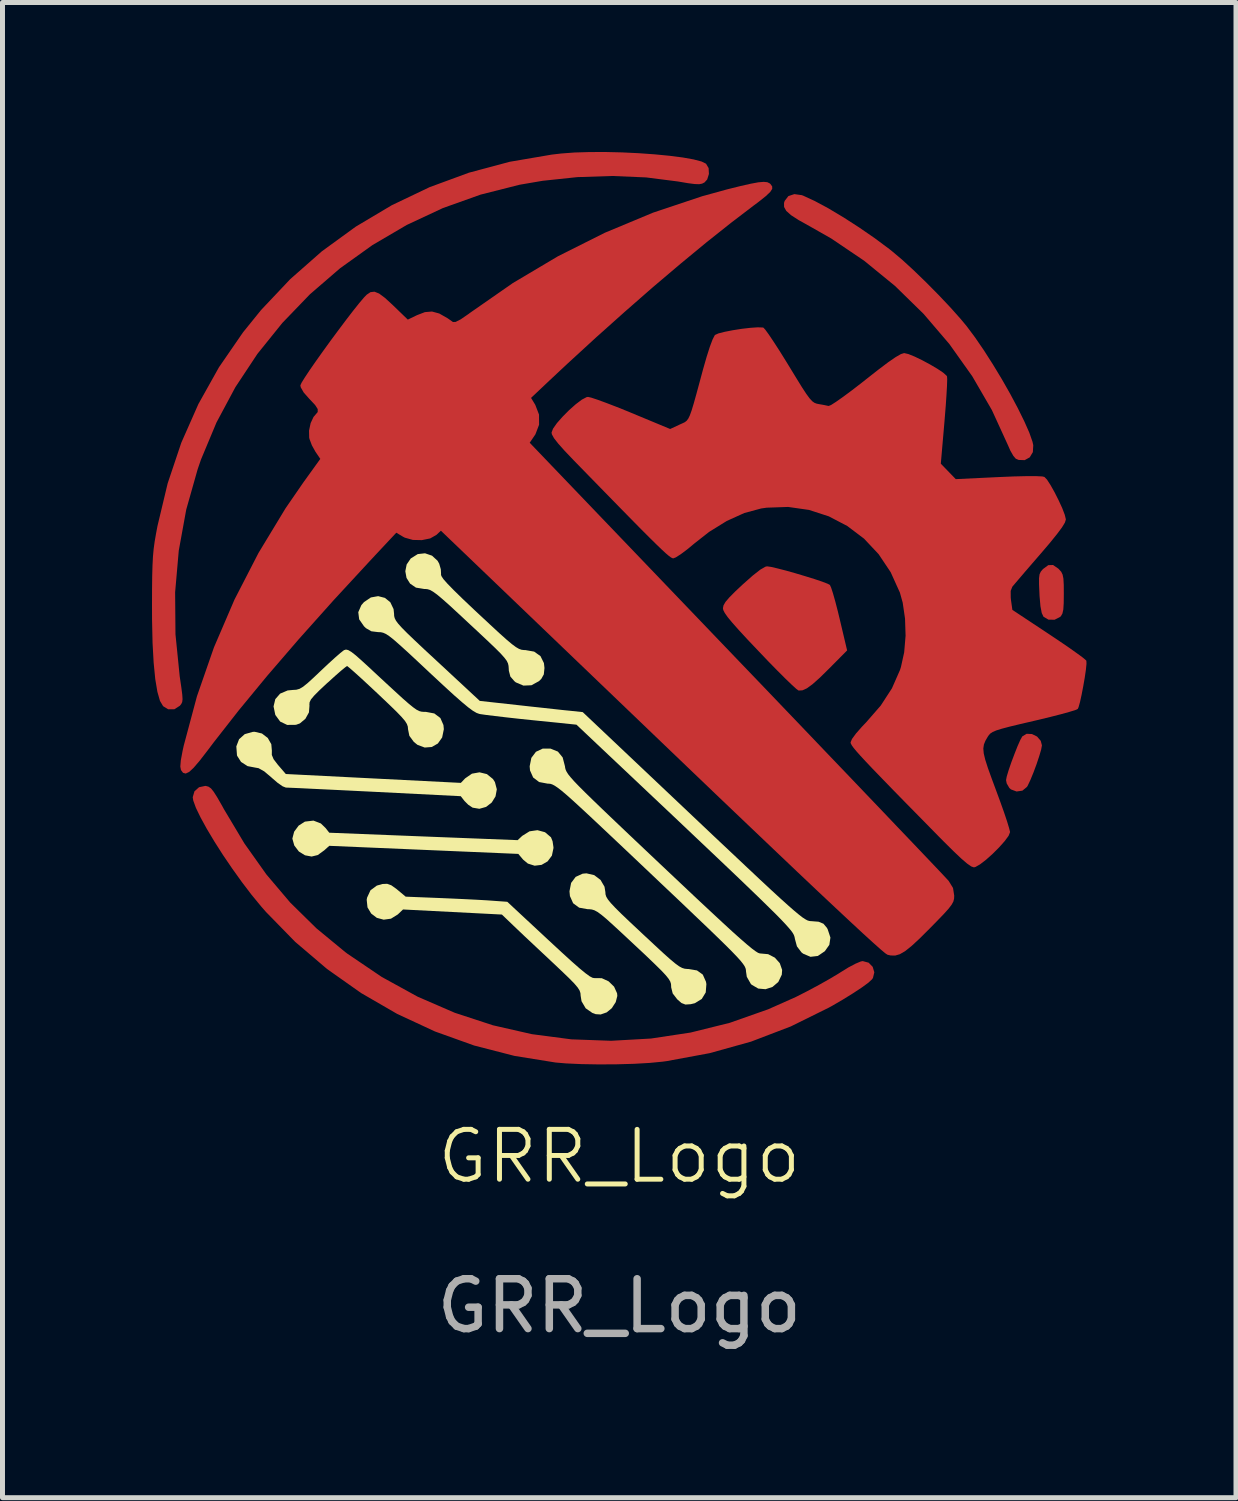
<source format=kicad_pcb>
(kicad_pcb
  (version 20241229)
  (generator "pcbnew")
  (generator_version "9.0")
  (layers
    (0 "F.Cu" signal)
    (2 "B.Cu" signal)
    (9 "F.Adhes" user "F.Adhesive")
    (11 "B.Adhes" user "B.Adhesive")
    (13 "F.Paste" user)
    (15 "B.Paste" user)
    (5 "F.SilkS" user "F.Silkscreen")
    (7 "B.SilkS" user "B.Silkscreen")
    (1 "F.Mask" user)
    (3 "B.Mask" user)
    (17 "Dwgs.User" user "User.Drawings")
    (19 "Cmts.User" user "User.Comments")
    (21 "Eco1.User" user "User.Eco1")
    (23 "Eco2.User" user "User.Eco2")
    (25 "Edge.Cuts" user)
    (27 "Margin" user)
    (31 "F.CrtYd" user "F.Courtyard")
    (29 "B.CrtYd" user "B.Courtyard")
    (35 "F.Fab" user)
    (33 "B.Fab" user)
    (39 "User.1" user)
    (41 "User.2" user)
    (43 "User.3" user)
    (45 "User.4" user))
  (footprint "GRR_Logo"
    (layer "F.Cu")
    (at 9.377 20.654)
    (property "Reference" "GRR_Logo" (at 0 -0.5 0) (unlocked yes) (layer "F.SilkS") (effects (font (size 1 1) (thickness 0.1))))
    (attr smd)
    (fp_poly (pts (xy -5.989 -7.181) (xy -5.895 -7.09) (xy -5.82 -6.995) (xy -3.93 -6.92) (xy -2.04 -6.846) (xy -1.948 -6.932) (xy -1.802 -7.023) (xy -1.643 -7.046) (xy -1.491 -7.005) (xy -1.371 -6.903) (xy -1.339 -6.823) (xy -1.322 -6.707) (xy -1.321 -6.688) (xy -1.353 -6.535) (xy -1.439 -6.42) (xy -1.56 -6.35) (xy -1.699 -6.333) (xy -1.835 -6.376) (xy -1.93 -6.455) (xy -2.027 -6.57) (xy -3.923 -6.651) (xy -5.82 -6.732) (xy -5.92 -6.642) (xy -6.051 -6.547) (xy -6.174 -6.517) (xy -6.307 -6.542) (xy -6.43 -6.618) (xy -6.522 -6.739) (xy -6.56 -6.874) (xy -6.56 -6.88) (xy -6.525 -7.015) (xy -6.435 -7.137) (xy -6.312 -7.216) (xy -6.306 -7.218) (xy -6.137 -7.238)) (stroke (width 0) (type solid)) (fill yes) (layer "F.SilkS"))
    (fp_poly (pts (xy -7.171 -8.986) (xy -7.054 -8.896) (xy -6.983 -8.771) (xy -6.972 -8.642) (xy -6.973 -8.556) (xy -6.937 -8.47) (xy -6.853 -8.36) (xy -6.841 -8.346) (xy -6.692 -8.173) (xy -4.936 -8.084) (xy -3.18 -7.995) (xy -3.093 -8.086) (xy -2.957 -8.18) (xy -2.805 -8.207) (xy -2.657 -8.171) (xy -2.536 -8.073) (xy -2.496 -8.011) (xy -2.458 -7.866) (xy -2.484 -7.724) (xy -2.56 -7.601) (xy -2.673 -7.513) (xy -2.808 -7.475) (xy -2.944 -7.498) (xy -3.031 -7.556) (xy -3.106 -7.631) (xy -3.182 -7.728) (xy -4.901 -7.815) (xy -5.266 -7.833) (xy -5.608 -7.85) (xy -5.919 -7.865) (xy -6.189 -7.878) (xy -6.409 -7.889) (xy -6.573 -7.896) (xy -6.67 -7.9) (xy -6.692 -7.901) (xy -6.756 -7.926) (xy -6.855 -7.995) (xy -6.968 -8.092) (xy -6.976 -8.1) (xy -7.125 -8.226) (xy -7.239 -8.29) (xy -7.296 -8.3) (xy -7.459 -8.331) (xy -7.59 -8.415) (xy -7.668 -8.537) (xy -7.672 -8.551) (xy -7.685 -8.727) (xy -7.63 -8.871) (xy -7.516 -8.973) (xy -7.353 -9.019) (xy -7.315 -9.02)) (stroke (width 0) (type solid)) (fill yes) (layer "F.SilkS"))
    (fp_poly (pts (xy -4.575 -5.94) (xy -4.47 -5.865) (xy -4.452 -5.85) (xy -4.287 -5.712) (xy -3.614 -5.685) (xy -3.357 -5.674) (xy -3.097 -5.662) (xy -2.859 -5.65) (xy -2.665 -5.639) (xy -2.594 -5.634) (xy -2.248 -5.609) (xy -1.414 -4.833) (xy -1.16 -4.598) (xy -0.958 -4.414) (xy -0.801 -4.276) (xy -0.682 -4.178) (xy -0.596 -4.115) (xy -0.537 -4.084) (xy -0.498 -4.077) (xy -0.495 -4.078) (xy -0.352 -4.076) (xy -0.215 -4.013) (xy -0.105 -3.906) (xy -0.045 -3.773) (xy -0.04 -3.72) (xy -0.072 -3.596) (xy -0.151 -3.474) (xy -0.253 -3.39) (xy -0.259 -3.388) (xy -0.374 -3.348) (xy -0.473 -3.354) (xy -0.54 -3.378) (xy -0.675 -3.472) (xy -0.758 -3.613) (xy -0.776 -3.724) (xy -0.78 -3.777) (xy -0.798 -3.83) (xy -0.837 -3.891) (xy -0.905 -3.971) (xy -1.01 -4.078) (xy -1.159 -4.221) (xy -1.338 -4.39) (xy -1.532 -4.572) (xy -1.724 -4.752) (xy -1.899 -4.916) (xy -2.042 -5.052) (xy -2.128 -5.134) (xy -2.356 -5.353) (xy -3.348 -5.404) (xy -4.34 -5.455) (xy -4.445 -5.355) (xy -4.582 -5.27) (xy -4.728 -5.25) (xy -4.866 -5.287) (xy -4.979 -5.373) (xy -5.053 -5.497) (xy -5.069 -5.65) (xy -5.061 -5.693) (xy -4.993 -5.84) (xy -4.866 -5.934) (xy -4.753 -5.966) (xy -4.659 -5.97)) (stroke (width 0) (type solid)) (fill yes) (layer "F.SilkS"))
    (fp_poly (pts (xy -0.504 -6.144) (xy -0.377 -6.048) (xy -0.297 -5.911) (xy -0.28 -5.805) (xy -0.277 -5.758) (xy -0.262 -5.711) (xy -0.229 -5.656) (xy -0.172 -5.585) (xy -0.084 -5.491) (xy 0.042 -5.366) (xy 0.213 -5.203) (xy 0.435 -4.995) (xy 0.47 -4.962) (xy 0.7 -4.748) (xy 0.879 -4.582) (xy 1.017 -4.459) (xy 1.121 -4.372) (xy 1.199 -4.315) (xy 1.26 -4.282) (xy 1.312 -4.266) (xy 1.363 -4.261) (xy 1.386 -4.26) (xy 1.558 -4.232) (xy 1.675 -4.148) (xy 1.739 -4.004) (xy 1.747 -3.957) (xy 1.734 -3.79) (xy 1.654 -3.659) (xy 1.515 -3.574) (xy 1.432 -3.554) (xy 1.326 -3.547) (xy 1.247 -3.578) (xy 1.162 -3.652) (xy 1.071 -3.77) (xy 1.04 -3.895) (xy 1.04 -3.915) (xy 1.037 -3.961) (xy 1.022 -4.009) (xy 0.989 -4.064) (xy 0.932 -4.135) (xy 0.843 -4.23) (xy 0.716 -4.355) (xy 0.545 -4.519) (xy 0.322 -4.728) (xy 0.29 -4.758) (xy 0.061 -4.972) (xy -0.118 -5.137) (xy -0.255 -5.261) (xy -0.359 -5.348) (xy -0.437 -5.405) (xy -0.498 -5.438) (xy -0.55 -5.454) (xy -0.601 -5.46) (xy -0.632 -5.46) (xy -0.806 -5.491) (xy -0.927 -5.58) (xy -0.991 -5.724) (xy -1 -5.82) (xy -0.967 -5.988) (xy -0.876 -6.109) (xy -0.736 -6.173) (xy -0.659 -6.18)) (stroke (width 0) (type solid)) (fill yes) (layer "F.SilkS"))
    (fp_poly (pts (xy -3.758 -12.554) (xy -3.647 -12.452) (xy -3.614 -12.393) (xy -3.582 -12.282) (xy -3.577 -12.192) (xy -3.579 -12.183) (xy -3.571 -12.146) (xy -3.529 -12.083) (xy -3.447 -11.99) (xy -3.32 -11.86) (xy -3.145 -11.689) (xy -2.916 -11.472) (xy -2.824 -11.386) (xy -2.59 -11.168) (xy -2.406 -10.998) (xy -2.264 -10.871) (xy -2.156 -10.78) (xy -2.075 -10.72) (xy -2.013 -10.684) (xy -1.961 -10.666) (xy -1.911 -10.66) (xy -1.886 -10.66) (xy -1.709 -10.629) (xy -1.582 -10.539) (xy -1.513 -10.399) (xy -1.502 -10.3) (xy -1.515 -10.172) (xy -1.566 -10.081) (xy -1.613 -10.036) (xy -1.763 -9.954) (xy -1.924 -9.947) (xy -2.077 -10.012) (xy -2.105 -10.035) (xy -2.186 -10.128) (xy -2.217 -10.247) (xy -2.219 -10.293) (xy -2.223 -10.344) (xy -2.234 -10.392) (xy -2.259 -10.444) (xy -2.306 -10.507) (xy -2.38 -10.59) (xy -2.489 -10.699) (xy -2.639 -10.842) (xy -2.837 -11.028) (xy -2.993 -11.173) (xy -3.226 -11.39) (xy -3.408 -11.558) (xy -3.549 -11.683) (xy -3.655 -11.772) (xy -3.735 -11.83) (xy -3.796 -11.865) (xy -3.847 -11.881) (xy -3.895 -11.886) (xy -3.921 -11.886) (xy -4.081 -11.913) (xy -4.198 -11.993) (xy -4.27 -12.108) (xy -4.294 -12.242) (xy -4.267 -12.378) (xy -4.185 -12.498) (xy -4.046 -12.585) (xy -4.044 -12.586) (xy -3.899 -12.602)) (stroke (width 0) (type solid)) (fill yes) (layer "F.SilkS"))
    (fp_poly (pts (xy -1.381 -8.683) (xy -1.233 -8.623) (xy -1.137 -8.506) (xy -1.091 -8.329) (xy -1.086 -8.293) (xy -1.076 -8.257) (xy -1.057 -8.217) (xy -1.026 -8.168) (xy -0.977 -8.107) (xy -0.907 -8.028) (xy -0.811 -7.928) (xy -0.685 -7.802) (xy -0.525 -7.646) (xy -0.327 -7.455) (xy -0.087 -7.226) (xy 0.2 -6.953) (xy 0.537 -6.634) (xy 0.83 -6.357) (xy 1.218 -5.991) (xy 1.552 -5.676) (xy 1.837 -5.41) (xy 2.076 -5.188) (xy 2.274 -5.006) (xy 2.435 -4.862) (xy 2.562 -4.752) (xy 2.66 -4.671) (xy 2.733 -4.617) (xy 2.784 -4.585) (xy 2.819 -4.573) (xy 2.831 -4.572) (xy 2.986 -4.558) (xy 3.121 -4.488) (xy 3.22 -4.377) (xy 3.267 -4.242) (xy 3.26 -4.146) (xy 3.19 -4) (xy 3.074 -3.901) (xy 2.934 -3.855) (xy 2.787 -3.868) (xy 2.655 -3.945) (xy 2.639 -3.961) (xy 2.558 -4.103) (xy 2.542 -4.213) (xy 2.54 -4.244) (xy 2.532 -4.277) (xy 2.514 -4.316) (xy 2.482 -4.364) (xy 2.432 -4.427) (xy 2.359 -4.508) (xy 2.259 -4.612) (xy 2.129 -4.742) (xy 1.963 -4.904) (xy 1.759 -5.101) (xy 1.511 -5.337) (xy 1.217 -5.618) (xy 0.87 -5.946) (xy 0.632 -6.172) (xy 0.252 -6.532) (xy -0.074 -6.84) (xy -0.351 -7.101) (xy -0.583 -7.319) (xy -0.776 -7.498) (xy -0.932 -7.641) (xy -1.058 -7.753) (xy -1.157 -7.837) (xy -1.235 -7.897) (xy -1.294 -7.937) (xy -1.341 -7.962) (xy -1.379 -7.975) (xy -1.412 -7.979) (xy -1.44 -7.98) (xy -1.609 -8.012) (xy -1.729 -8.103) (xy -1.792 -8.245) (xy -1.799 -8.328) (xy -1.765 -8.497) (xy -1.673 -8.619) (xy -1.537 -8.683)) (stroke (width 0) (type solid)) (fill yes) (layer "F.SilkS"))
    (fp_poly (pts (xy -5.44 -10.66) (xy -5.377 -10.623) (xy -5.286 -10.552) (xy -5.159 -10.439) (xy -4.984 -10.279) (xy -4.955 -10.251) (xy -4.703 -10.017) (xy -4.502 -9.832) (xy -4.346 -9.689) (xy -4.226 -9.584) (xy -4.136 -9.511) (xy -4.068 -9.463) (xy -4.015 -9.436) (xy -3.97 -9.424) (xy -3.925 -9.42) (xy -3.882 -9.42) (xy -3.712 -9.388) (xy -3.591 -9.297) (xy -3.529 -9.156) (xy -3.521 -9.072) (xy -3.555 -8.906) (xy -3.641 -8.785) (xy -3.764 -8.715) (xy -3.905 -8.704) (xy -4.05 -8.758) (xy -4.123 -8.817) (xy -4.213 -8.939) (xy -4.24 -9.073) (xy -4.24 -9.073) (xy -4.244 -9.124) (xy -4.262 -9.176) (xy -4.3 -9.237) (xy -4.367 -9.316) (xy -4.469 -9.422) (xy -4.615 -9.564) (xy -4.811 -9.75) (xy -4.838 -9.776) (xy -5.02 -9.946) (xy -5.181 -10.095) (xy -5.314 -10.215) (xy -5.41 -10.299) (xy -5.459 -10.338) (xy -5.463 -10.34) (xy -5.5 -10.314) (xy -5.584 -10.245) (xy -5.703 -10.141) (xy -5.844 -10.013) (xy -5.863 -9.997) (xy -6.019 -9.851) (xy -6.124 -9.745) (xy -6.187 -9.67) (xy -6.215 -9.612) (xy -6.219 -9.562) (xy -6.217 -9.547) (xy -6.228 -9.409) (xy -6.299 -9.281) (xy -6.41 -9.188) (xy -6.489 -9.16) (xy -6.665 -9.158) (xy -6.805 -9.225) (xy -6.9 -9.355) (xy -6.903 -9.36) (xy -6.938 -9.529) (xy -6.903 -9.675) (xy -6.806 -9.786) (xy -6.655 -9.85) (xy -6.549 -9.86) (xy -6.481 -9.864) (xy -6.417 -9.882) (xy -6.347 -9.923) (xy -6.256 -9.996) (xy -6.132 -10.109) (xy -5.996 -10.238) (xy -5.844 -10.381) (xy -5.707 -10.506) (xy -5.598 -10.601) (xy -5.529 -10.655) (xy -5.521 -10.659) (xy -5.485 -10.67)) (stroke (width 0) (type solid)) (fill yes) (layer "F.SilkS"))
    (fp_poly (pts (xy -4.703 -11.707) (xy -4.595 -11.619) (xy -4.53 -11.483) (xy -4.52 -11.39) (xy -4.518 -11.344) (xy -4.507 -11.3) (xy -4.482 -11.25) (xy -4.436 -11.188) (xy -4.363 -11.107) (xy -4.257 -11) (xy -4.11 -10.859) (xy -3.918 -10.678) (xy -3.673 -10.451) (xy -3.66 -10.439) (xy -2.8 -9.64) (xy -2.03 -9.555) (xy -1.77 -9.526) (xy -1.517 -9.499) (xy -1.291 -9.474) (xy -1.109 -9.454) (xy -0.997 -9.443) (xy -0.734 -9.415) (xy 1.483 -7.318) (xy 1.895 -6.928) (xy 2.254 -6.59) (xy 2.563 -6.299) (xy 2.826 -6.052) (xy 3.047 -5.846) (xy 3.231 -5.677) (xy 3.381 -5.542) (xy 3.502 -5.436) (xy 3.598 -5.356) (xy 3.672 -5.298) (xy 3.73 -5.26) (xy 3.774 -5.236) (xy 3.809 -5.225) (xy 3.839 -5.221) (xy 3.847 -5.221) (xy 3.998 -5.209) (xy 4.096 -5.169) (xy 4.165 -5.087) (xy 4.181 -5.057) (xy 4.236 -4.891) (xy 4.214 -4.745) (xy 4.123 -4.617) (xy 3.983 -4.522) (xy 3.836 -4.505) (xy 3.69 -4.567) (xy 3.656 -4.593) (xy 3.564 -4.714) (xy 3.524 -4.862) (xy 3.519 -4.89) (xy 3.512 -4.917) (xy 3.5 -4.948) (xy 3.479 -4.985) (xy 3.446 -5.031) (xy 3.398 -5.088) (xy 3.333 -5.161) (xy 3.248 -5.251) (xy 3.139 -5.362) (xy 3.003 -5.496) (xy 2.839 -5.657) (xy 2.641 -5.848) (xy 2.409 -6.071) (xy 2.138 -6.329) (xy 1.826 -6.625) (xy 1.469 -6.963) (xy 1.066 -7.345) (xy 0.612 -7.773) (xy 0.105 -8.252) (xy -0.28 -8.615) (xy -0.86 -9.163) (xy -1.76 -9.255) (xy -2.029 -9.283) (xy -2.28 -9.311) (xy -2.498 -9.337) (xy -2.671 -9.358) (xy -2.783 -9.374) (xy -2.809 -9.379) (xy -2.865 -9.399) (xy -2.937 -9.441) (xy -3.031 -9.51) (xy -3.155 -9.613) (xy -3.316 -9.754) (xy -3.518 -9.939) (xy -3.771 -10.174) (xy -3.815 -10.215) (xy -4.062 -10.447) (xy -4.258 -10.629) (xy -4.411 -10.767) (xy -4.527 -10.869) (xy -4.616 -10.939) (xy -4.683 -10.983) (xy -4.737 -11.007) (xy -4.785 -11.018) (xy -4.835 -11.02) (xy -4.839 -11.02) (xy -4.976 -11.037) (xy -5.083 -11.099) (xy -5.123 -11.137) (xy -5.22 -11.277) (xy -5.238 -11.42) (xy -5.176 -11.562) (xy -5.123 -11.623) (xy -4.985 -11.716) (xy -4.839 -11.742)) (stroke (width 0) (type solid)) (fill yes) (layer "F.SilkS"))
    (fp_text user "${REFERENCE}" (at 0 2.5 0) (unlocked yes) (layer "F.Fab") (effects (font (size 1 1) (thickness 0.15))))
    (pad "2" smd custom (at 4.935 -4.2) (size 0.2 0.2) (layers "F.Cu" "F.Mask" "F.Paste") (options (anchor circle)) (primitives (gr_poly (pts (xy -0.135 -0.05) (xy -0.131 -0.069) (xy -0.12 -0.085) (xy -0.104 -0.096) (xy -0.085 -0.1) (xy 0.085 -0.1) (xy 0.104 -0.096) (xy 0.12 -0.085) (xy 0.131 -0.069) (xy 0.135 -0.05) (xy 0.135 0.05) (xy 0.131 0.069) (xy 0.12 0.085) (xy 0.104 0.096) (xy 0.085 0.1) (xy -0.085 0.1) (xy -0.104 0.096) (xy -0.12 0.085) (xy -0.131 0.069) (xy -0.135 0.05)) (width 0) (fill yes)) (gr_poly (pts (xy -13.23 -3.733) (xy -13.178 -3.719) (xy -13.128 -3.684) (xy -13.072 -3.614) (xy -13 -3.5) (xy -12.902 -3.329) (xy -12.87 -3.27) (xy -12.458 -2.58) (xy -12.016 -1.957) (xy -11.537 -1.392) (xy -11.013 -0.877) (xy -10.436 -0.401) (xy -10.392 -0.368) (xy -9.702 0.099) (xy -8.982 0.495) (xy -8.237 0.818) (xy -7.471 1.069) (xy -6.69 1.247) (xy -5.898 1.351) (xy -5.1 1.38) (xy -4.301 1.335) (xy -3.506 1.215) (xy -2.72 1.02) (xy -1.948 0.748) (xy -1.395 0.502) (xy -1.165 0.385) (xy -0.928 0.258) (xy -0.708 0.134) (xy -0.529 0.027) (xy -0.495 0.005) (xy -0.338 -0.092) (xy -0.196 -0.167) (xy -0.089 -0.212) (xy -0.051 -0.219) (xy 0.068 -0.187) (xy 0.149 -0.104) (xy 0.182 0.006) (xy 0.154 0.12) (xy 0.135 0.147) (xy 0.063 0.214) (xy -0.067 0.309) (xy -0.241 0.424) (xy -0.446 0.551) (xy -0.667 0.68) (xy -0.731 0.715) (xy -1.494 1.092) (xy -2.292 1.397) (xy -3.121 1.628) (xy -3.98 1.787) (xy -4.067 1.799) (xy -4.326 1.824) (xy -4.641 1.842) (xy -4.99 1.852) (xy -5.349 1.854) (xy -5.694 1.848) (xy -6.004 1.834) (xy -6.215 1.816) (xy -7.04 1.683) (xy -7.848 1.475) (xy -8.634 1.193) (xy -9.392 0.841) (xy -10.116 0.422) (xy -10.8 -0.061) (xy -11.439 -0.605) (xy -12.026 -1.206) (xy -12.122 -1.316) (xy -12.313 -1.548) (xy -12.508 -1.804) (xy -12.702 -2.075) (xy -12.889 -2.35) (xy -13.061 -2.62) (xy -13.213 -2.874) (xy -13.338 -3.102) (xy -13.431 -3.294) (xy -13.484 -3.44) (xy -13.495 -3.507) (xy -13.46 -3.626) (xy -13.368 -3.708) (xy -13.244 -3.734)) (width 0) (fill yes))))
    (pad "3" smd custom (at 1.528 -20.269) (size 0.262 0.262) (layers "F.Cu" "F.Mask" "F.Paste") (options (anchor circle)) (primitives (gr_poly (pts (xy -0.172 -0.066) (xy -0.167 -0.091) (xy -0.152 -0.112) (xy -0.131 -0.126) (xy -0.106 -0.131) (xy 0.106 -0.131) (xy 0.131 -0.126) (xy 0.152 -0.112) (xy 0.167 -0.091) (xy 0.172 -0.066) (xy 0.172 0.066) (xy 0.167 0.091) (xy 0.152 0.112) (xy 0.131 0.126) (xy 0.106 0.131) (xy -0.106 0.131) (xy -0.131 0.126) (xy -0.152 0.112) (xy -0.167 0.091) (xy -0.172 0.066)) (width 0) (fill yes)) (gr_poly (pts (xy -1.472 -0.377) (xy -1.139 -0.361) (xy -0.818 -0.338) (xy -0.519 -0.309) (xy -0.255 -0.275) (xy -0.037 -0.236) (xy 0.123 -0.194) (xy 0.212 -0.15) (xy 0.264 -0.062) (xy 0.27 0.056) (xy 0.235 0.167) (xy 0.181 0.226) (xy 0.133 0.25) (xy 0.074 0.261) (xy -0.015 0.258) (xy -0.148 0.241) (xy -0.343 0.208) (xy -0.348 0.207) (xy -0.99 0.125) (xy -1.672 0.096) (xy -2.371 0.119) (xy -3.069 0.193) (xy -3.529 0.272) (xy -4.311 0.47) (xy -5.068 0.74) (xy -5.793 1.079) (xy -6.482 1.483) (xy -7.131 1.948) (xy -7.735 2.469) (xy -8.289 3.044) (xy -8.79 3.666) (xy -9.232 4.334) (xy -9.611 5.042) (xy -9.922 5.786) (xy -9.989 5.981) (xy -10.218 6.79) (xy -10.368 7.614) (xy -10.441 8.45) (xy -10.434 9.292) (xy -10.349 10.137) (xy -10.346 10.157) (xy -10.316 10.361) (xy -10.298 10.502) (xy -10.292 10.594) (xy -10.299 10.652) (xy -10.319 10.693) (xy -10.347 10.727) (xy -10.457 10.797) (xy -10.581 10.797) (xy -10.682 10.735) (xy -10.745 10.629) (xy -10.797 10.446) (xy -10.84 10.189) (xy -10.872 9.86) (xy -10.894 9.464) (xy -10.904 9.002) (xy -10.905 8.709) (xy -10.904 8.383) (xy -10.901 8.121) (xy -10.895 7.911) (xy -10.886 7.736) (xy -10.872 7.582) (xy -10.852 7.434) (xy -10.825 7.278) (xy -10.796 7.123) (xy -10.591 6.265) (xy -10.317 5.448) (xy -9.974 4.672) (xy -9.561 3.934) (xy -9.079 3.234) (xy -8.716 2.785) (xy -8.131 2.166) (xy -7.496 1.607) (xy -6.815 1.112) (xy -6.094 0.683) (xy -5.336 0.321) (xy -4.545 0.03) (xy -3.726 -0.189) (xy -2.883 -0.333) (xy -2.693 -0.355) (xy -2.427 -0.375) (xy -2.128 -0.384) (xy -1.806 -0.385)) (width 0) (fill yes))))
    (pad "4" smd custom (at 8.079 -14.7) (size 0.2 0.2) (layers "F.Cu" "F.Mask" "F.Paste") (options (anchor circle)) (primitives (gr_poly (pts (xy -0.121 -0.05) (xy -0.118 -0.069) (xy -0.107 -0.085) (xy -0.091 -0.096) (xy -0.071 -0.1) (xy 0.071 -0.1) (xy 0.091 -0.096) (xy 0.107 -0.085) (xy 0.118 -0.069) (xy 0.121 -0.05) (xy 0.121 0.05) (xy 0.118 0.069) (xy 0.107 0.085) (xy 0.091 0.096) (xy 0.071 0.1) (xy -0.071 0.1) (xy -0.091 0.096) (xy -0.107 0.085) (xy -0.118 0.069) (xy -0.121 0.05)) (width 0) (fill yes)) (gr_poly (pts (xy -4.417 -5.088) (xy -4.388 -5.077) (xy -4.158 -4.971) (xy -3.883 -4.823) (xy -3.58 -4.642) (xy -3.265 -4.439) (xy -2.953 -4.224) (xy -2.66 -4.006) (xy -2.599 -3.957) (xy -2.401 -3.79) (xy -2.17 -3.578) (xy -1.92 -3.336) (xy -1.669 -3.082) (xy -1.433 -2.832) (xy -1.229 -2.603) (xy -1.11 -2.46) (xy -0.942 -2.235) (xy -0.763 -1.974) (xy -0.581 -1.689) (xy -0.402 -1.393) (xy -0.233 -1.096) (xy -0.081 -0.81) (xy 0.048 -0.548) (xy 0.148 -0.322) (xy 0.211 -0.142) (xy 0.227 -0.071) (xy 0.219 0.068) (xy 0.156 0.173) (xy 0.055 0.229) (xy -0.066 0.225) (xy -0.124 0.2) (xy -0.172 0.144) (xy -0.233 0.038) (xy -0.28 -0.069) (xy -0.603 -0.775) (xy -0.997 -1.454) (xy -1.456 -2.1) (xy -1.975 -2.707) (xy -2.547 -3.266) (xy -3.166 -3.772) (xy -3.826 -4.218) (xy -4.262 -4.466) (xy -4.481 -4.588) (xy -4.634 -4.687) (xy -4.729 -4.772) (xy -4.773 -4.851) (xy -4.774 -4.932) (xy -4.761 -4.973) (xy -4.687 -5.069) (xy -4.567 -5.109)) (width 0) (fill yes))))
    (pad "5" smd custom (at 8.678 -11.819) (size 0.162 0.162) (layers "F.Cu" "F.Mask" "F.Paste") (options (anchor circle)) (primitives (gr_poly (pts (xy -0.121 -0.041) (xy -0.118 -0.056) (xy -0.11 -0.069) (xy -0.096 -0.078) (xy -0.081 -0.081) (xy 0.081 -0.081) (xy 0.096 -0.078) (xy 0.11 -0.069) (xy 0.118 -0.056) (xy 0.121 -0.041) (xy 0.121 0.041) (xy 0.118 0.056) (xy 0.11 0.069) (xy 0.096 0.078) (xy 0.081 0.081) (xy -0.081 0.081) (xy -0.096 0.078) (xy -0.11 0.069) (xy -0.118 0.056) (xy -0.121 0.041)) (width 0) (fill yes)) (gr_poly (pts (xy 0.13 -0.476) (xy 0.143 -0.463) (xy 0.189 -0.412) (xy 0.217 -0.355) (xy 0.233 -0.274) (xy 0.24 -0.15) (xy 0.241 0.031) (xy 0.239 0.22) (xy 0.231 0.346) (xy 0.213 0.426) (xy 0.184 0.477) (xy 0.168 0.493) (xy 0.057 0.55) (xy -0.066 0.549) (xy -0.166 0.491) (xy -0.167 0.489) (xy -0.202 0.415) (xy -0.228 0.278) (xy -0.246 0.071) (xy -0.248 0.022) (xy -0.256 -0.161) (xy -0.256 -0.283) (xy -0.246 -0.361) (xy -0.221 -0.415) (xy -0.181 -0.462) (xy -0.175 -0.468) (xy -0.071 -0.545) (xy 0.025 -0.548)) (width 0) (fill yes))))
    (pad "6" smd custom (at 8.278 -8.569) (size 0.243 0.243) (layers "F.Cu" "F.Mask" "F.Paste") (options (anchor circle)) (primitives (gr_poly (pts (xy -0.121 -0.07) (xy -0.117 -0.093) (xy -0.104 -0.113) (xy -0.084 -0.126) (xy -0.061 -0.131) (xy 0.061 -0.131) (xy 0.084 -0.126) (xy 0.104 -0.113) (xy 0.117 -0.093) (xy 0.121 -0.07) (xy 0.121 0.07) (xy 0.117 0.093) (xy 0.104 0.113) (xy 0.084 0.126) (xy 0.061 0.131) (xy -0.061 0.131) (xy -0.084 0.126) (xy -0.104 0.113) (xy -0.117 0.093) (xy -0.121 0.07)) (width 0) (fill yes)) (gr_poly (pts (xy 0.002 -0.406) (xy 0.104 -0.356) (xy 0.178 -0.27) (xy 0.202 -0.179) (xy 0.187 -0.096) (xy 0.148 0.037) (xy 0.094 0.199) (xy 0.032 0.366) (xy -0.03 0.517) (xy -0.083 0.629) (xy -0.099 0.655) (xy -0.19 0.73) (xy -0.307 0.747) (xy -0.42 0.705) (xy -0.452 0.676) (xy -0.505 0.585) (xy -0.518 0.519) (xy -0.504 0.445) (xy -0.466 0.319) (xy -0.412 0.161) (xy -0.349 -0.006) (xy -0.287 -0.163) (xy -0.232 -0.287) (xy -0.193 -0.357) (xy -0.192 -0.359) (xy -0.105 -0.411)) (width 0) (fill yes))))
    (pad "7" smd custom (at -4.2 -15.3) (size 1.524 1.524) (layers "F.Cu" "F.Mask" "F.Paste") (options (anchor circle)) (primitives (gr_poly (pts (xy -1.143 -0.381) (xy -1.127 -0.49) (xy -1.072 -0.602) (xy -0.983 -0.691) (xy -0.871 -0.746) (xy -0.762 -0.762) (xy 0.762 -0.762) (xy 0.871 -0.746) (xy 0.983 -0.691) (xy 1.072 -0.602) (xy 1.127 -0.49) (xy 1.143 -0.381) (xy 1.143 0.381) (xy 1.127 0.49) (xy 1.072 0.602) (xy 0.983 0.691) (xy 0.871 0.746) (xy 0.762 0.762) (xy -0.762 0.762) (xy -0.871 0.746) (xy -0.983 0.691) (xy -1.072 0.602) (xy -1.127 0.49) (xy -1.143 0.381)) (width 0) (fill yes)) (gr_poly (pts (xy 7.17 -4.748) (xy 7.218 -4.724) (xy 7.232 -4.712) (xy 7.267 -4.664) (xy 7.268 -4.614) (xy 7.228 -4.552) (xy 7.14 -4.469) (xy 6.997 -4.355) (xy 6.89 -4.275) (xy 6.443 -3.934) (xy 5.951 -3.543) (xy 5.424 -3.108) (xy 4.872 -2.64) (xy 4.305 -2.144) (xy 3.731 -1.631) (xy 3.16 -1.107) (xy 2.805 -0.775) (xy 2.429 -0.42) (xy 2.514 -0.28) (xy 2.589 -0.085) (xy 2.59 0.118) (xy 2.517 0.31) (xy 2.501 0.334) (xy 2.402 0.48) (xy 6.551 4.811) (xy 7.028 5.308) (xy 7.491 5.792) (xy 7.936 6.257) (xy 8.361 6.702) (xy 8.763 7.122) (xy 9.138 7.515) (xy 9.484 7.877) (xy 9.796 8.205) (xy 10.073 8.495) (xy 10.311 8.745) (xy 10.506 8.95) (xy 10.656 9.108) (xy 10.757 9.216) (xy 10.807 9.27) (xy 10.81 9.274) (xy 10.896 9.414) (xy 10.92 9.567) (xy 10.917 9.629) (xy 10.903 9.685) (xy 10.869 9.748) (xy 10.809 9.827) (xy 10.713 9.934) (xy 10.575 10.077) (xy 10.43 10.225) (xy 10.225 10.429) (xy 10.063 10.579) (xy 9.934 10.682) (xy 9.828 10.743) (xy 9.735 10.77) (xy 9.644 10.768) (xy 9.58 10.753) (xy 9.535 10.723) (xy 9.44 10.643) (xy 9.293 10.512) (xy 9.094 10.331) (xy 8.842 10.097) (xy 8.537 9.812) (xy 8.178 9.475) (xy 7.765 9.084) (xy 7.298 8.64) (xy 6.775 8.142) (xy 6.196 7.59) (xy 5.561 6.982) (xy 5.04 6.483) (xy 0.62 2.245) (xy 0.53 2.329) (xy 0.405 2.4) (xy 0.237 2.434) (xy 0.058 2.43) (xy -0.103 2.385) (xy -0.136 2.368) (xy -0.275 2.285) (xy -0.769 2.813) (xy -1.533 3.64) (xy -2.232 4.422) (xy -2.867 5.159) (xy -3.438 5.852) (xy -3.945 6.5) (xy -4.058 6.65) (xy -4.217 6.856) (xy -4.339 6.999) (xy -4.431 7.085) (xy -4.501 7.118) (xy -4.554 7.103) (xy -4.596 7.047) (xy -4.609 6.978) (xy -4.599 6.854) (xy -4.564 6.666) (xy -4.54 6.557) (xy -4.275 5.567) (xy -3.934 4.586) (xy -3.521 3.625) (xy -3.04 2.691) (xy -2.496 1.793) (xy -2.137 1.272) (xy -1.8 0.804) (xy -1.899 0.658) (xy -1.969 0.532) (xy -2.017 0.404) (xy -2.023 0.379) (xy -2.026 0.236) (xy -1.994 0.086) (xy -1.936 -0.038) (xy -1.898 -0.082) (xy -1.852 -0.136) (xy -1.852 -0.196) (xy -1.904 -0.277) (xy -2.012 -0.392) (xy -2.02 -0.4) (xy -2.133 -0.528) (xy -2.193 -0.633) (xy -2.2 -0.671) (xy -2.177 -0.723) (xy -2.112 -0.828) (xy -2.014 -0.976) (xy -1.889 -1.156) (xy -1.746 -1.357) (xy -1.592 -1.57) (xy -1.434 -1.783) (xy -1.281 -1.987) (xy -1.14 -2.17) (xy -1.018 -2.323) (xy -0.923 -2.435) (xy -0.87 -2.49) (xy -0.793 -2.542) (xy -0.713 -2.551) (xy -0.62 -2.514) (xy -0.499 -2.424) (xy -0.341 -2.278) (xy -0.338 -2.275) (xy -0.044 -1.991) (xy 0.14 -2.08) (xy 0.299 -2.141) (xy 0.441 -2.153) (xy 0.588 -2.113) (xy 0.756 -2.017) (xy 0.861 -1.943) (xy 0.915 -1.944) (xy 1.017 -1.996) (xy 1.17 -2.101) (xy 1.205 -2.127) (xy 2.063 -2.724) (xy 2.967 -3.261) (xy 3.908 -3.733) (xy 4.877 -4.137) (xy 5.864 -4.467) (xy 6.358 -4.603) (xy 6.632 -4.671) (xy 6.839 -4.718) (xy 6.991 -4.746) (xy 7.097 -4.755)) (width 0) (fill yes))))
    (pad "8" smd custom (at 4.7 -14.6) (size 1.524 1.524) (layers "F.Cu" "F.Mask" "F.Paste") (options (anchor circle)) (primitives (gr_poly (pts (xy -1.143 -0.381) (xy -1.127 -0.49) (xy -1.072 -0.602) (xy -0.983 -0.691) (xy -0.871 -0.746) (xy -0.762 -0.762) (xy 0.762 -0.762) (xy 0.871 -0.746) (xy 0.983 -0.691) (xy 1.072 -0.602) (xy 1.127 -0.49) (xy 1.143 -0.381) (xy 1.143 0.381) (xy 1.127 0.49) (xy 1.072 0.602) (xy 0.983 0.691) (xy 0.871 0.746) (xy 0.762 0.762) (xy -0.762 0.762) (xy -0.871 0.746) (xy -0.983 0.691) (xy -1.072 0.602) (xy -1.127 0.49) (xy -1.143 0.381)) (width 0) (fill yes)) (gr_poly (pts (xy -1.826 -2.533) (xy -1.808 -2.529) (xy -1.771 -2.489) (xy -1.7 -2.391) (xy -1.602 -2.245) (xy -1.483 -2.061) (xy -1.351 -1.849) (xy -1.299 -1.764) (xy -1.15 -1.52) (xy -1.036 -1.335) (xy -0.949 -1.202) (xy -0.882 -1.111) (xy -0.83 -1.054) (xy -0.784 -1.021) (xy -0.739 -1.004) (xy -0.704 -0.997) (xy -0.591 -0.977) (xy -0.506 -0.959) (xy -0.5 -0.958) (xy -0.452 -0.977) (xy -0.353 -1.04) (xy -0.211 -1.14) (xy -0.037 -1.269) (xy 0.159 -1.42) (xy 0.236 -1.481) (xy 0.492 -1.682) (xy 0.693 -1.834) (xy 0.844 -1.938) (xy 0.95 -1.999) (xy 1.014 -2.019) (xy 1.016 -2.019) (xy 1.1 -2) (xy 1.226 -1.949) (xy 1.377 -1.876) (xy 1.535 -1.791) (xy 1.681 -1.705) (xy 1.798 -1.627) (xy 1.866 -1.566) (xy 1.876 -1.55) (xy 1.879 -1.49) (xy 1.875 -1.364) (xy 1.865 -1.184) (xy 1.85 -0.963) (xy 1.83 -0.715) (xy 1.824 -0.64) (xy 1.751 0.2) (xy 1.901 0.355) (xy 2.051 0.51) (xy 2.905 0.469) (xy 3.216 0.456) (xy 3.47 0.45) (xy 3.662 0.45) (xy 3.786 0.456) (xy 3.83 0.466) (xy 3.882 0.52) (xy 3.953 0.63) (xy 4.034 0.774) (xy 4.115 0.935) (xy 4.187 1.091) (xy 4.238 1.225) (xy 4.26 1.315) (xy 4.26 1.321) (xy 4.241 1.382) (xy 4.183 1.478) (xy 4.08 1.616) (xy 3.93 1.801) (xy 3.75 2.012) (xy 3.588 2.199) (xy 3.442 2.368) (xy 3.321 2.51) (xy 3.233 2.613) (xy 3.187 2.668) (xy 3.186 2.669) (xy 3.153 2.753) (xy 3.154 2.887) (xy 3.159 2.936) (xy 3.187 3.134) (xy 3.92 3.619) (xy 4.135 3.763) (xy 4.327 3.894) (xy 4.486 4.007) (xy 4.602 4.092) (xy 4.664 4.145) (xy 4.672 4.155) (xy 4.674 4.217) (xy 4.662 4.336) (xy 4.639 4.493) (xy 4.609 4.666) (xy 4.576 4.837) (xy 4.544 4.983) (xy 4.515 5.086) (xy 4.499 5.121) (xy 4.451 5.143) (xy 4.336 5.179) (xy 4.167 5.226) (xy 3.956 5.28) (xy 3.714 5.339) (xy 3.615 5.362) (xy 3.336 5.427) (xy 3.125 5.478) (xy 2.971 5.519) (xy 2.863 5.553) (xy 2.791 5.584) (xy 2.744 5.615) (xy 2.712 5.651) (xy 2.693 5.679) (xy 2.646 5.76) (xy 2.616 5.834) (xy 2.604 5.914) (xy 2.612 6.012) (xy 2.642 6.138) (xy 2.696 6.307) (xy 2.776 6.529) (xy 2.855 6.742) (xy 2.942 6.978) (xy 3.019 7.194) (xy 3.08 7.376) (xy 3.121 7.512) (xy 3.14 7.588) (xy 3.14 7.594) (xy 3.111 7.667) (xy 3.033 7.773) (xy 2.921 7.899) (xy 2.792 8.028) (xy 2.659 8.147) (xy 2.538 8.24) (xy 2.445 8.293) (xy 2.414 8.3) (xy 2.362 8.282) (xy 2.28 8.225) (xy 2.163 8.125) (xy 2.006 7.976) (xy 1.802 7.774) (xy 1.719 7.69) (xy 1.356 7.32) (xy 1.045 7.004) (xy 0.782 6.735) (xy 0.564 6.51) (xy 0.386 6.326) (xy 0.245 6.177) (xy 0.136 6.059) (xy 0.056 5.969) (xy -0.000173 5.901) (xy -0.035 5.852) (xy -0.054 5.817) (xy -0.06 5.793) (xy -0.06 5.791) (xy -0.031 5.723) (xy 0.049 5.614) (xy 0.173 5.473) (xy 0.25 5.393) (xy 0.546 5.053) (xy 0.77 4.708) (xy 0.931 4.342) (xy 0.951 4.28) (xy 1.016 3.985) (xy 1.044 3.652) (xy 1.033 3.309) (xy 0.986 2.988) (xy 0.93 2.787) (xy 0.745 2.378) (xy 0.503 2.016) (xy 0.211 1.705) (xy -0.125 1.451) (xy -0.496 1.257) (xy -0.894 1.128) (xy -1.313 1.068) (xy -1.744 1.083) (xy -1.855 1.099) (xy -2.192 1.19) (xy -2.545 1.35) (xy -2.9 1.57) (xy -3.19 1.798) (xy -3.335 1.918) (xy -3.466 2.016) (xy -3.566 2.08) (xy -3.617 2.1) (xy -3.638 2.095) (xy -3.667 2.079) (xy -3.71 2.047) (xy -3.77 1.996) (xy -3.851 1.921) (xy -3.957 1.819) (xy -4.092 1.686) (xy -4.26 1.518) (xy -4.465 1.31) (xy -4.71 1.06) (xy -5.001 0.762) (xy -5.341 0.414) (xy -5.61 0.138) (xy -5.795 -0.056) (xy -5.927 -0.204) (xy -6.011 -0.312) (xy -6.053 -0.388) (xy -6.06 -0.425) (xy -6.03 -0.503) (xy -5.952 -0.614) (xy -5.839 -0.742) (xy -5.708 -0.874) (xy -5.574 -0.993) (xy -5.452 -1.085) (xy -5.357 -1.135) (xy -5.329 -1.14) (xy -5.263 -1.125) (xy -5.136 -1.083) (xy -4.961 -1.019) (xy -4.751 -0.938) (xy -4.517 -0.844) (xy -4.455 -0.818) (xy -3.68 -0.496) (xy -3.491 -0.584) (xy -3.433 -0.61) (xy -3.387 -0.632) (xy -3.35 -0.66) (xy -3.317 -0.703) (xy -3.285 -0.769) (xy -3.249 -0.869) (xy -3.206 -1.011) (xy -3.152 -1.204) (xy -3.083 -1.459) (xy -3.018 -1.7) (xy -2.948 -1.944) (xy -2.884 -2.145) (xy -2.829 -2.292) (xy -2.787 -2.374) (xy -2.778 -2.384) (xy -2.711 -2.414) (xy -2.585 -2.446) (xy -2.422 -2.478) (xy -2.243 -2.506) (xy -2.07 -2.526) (xy -1.924 -2.536)) (width 0) (fill yes))))
    (pad "9" smd custom (at 3.478 -11.319) (size 0.762 0.762) (layers "F.Cu" "F.Mask" "F.Paste") (options (anchor circle)) (primitives (gr_poly (pts (xy -0.521 -0.191) (xy -0.507 -0.263) (xy -0.466 -0.325) (xy -0.404 -0.366) (xy -0.331 -0.381) (xy 0.331 -0.381) (xy 0.404 -0.366) (xy 0.466 -0.325) (xy 0.507 -0.263) (xy 0.521 -0.191) (xy 0.521 0.191) (xy 0.507 0.263) (xy 0.466 0.325) (xy 0.404 0.366) (xy 0.331 0.381) (xy -0.331 0.381) (xy -0.404 0.366) (xy -0.466 0.325) (xy -0.507 0.263) (xy -0.521 0.191)) (width 0) (fill yes)) (gr_poly (pts (xy -0.435 -1.01) (xy -0.302 -0.979) (xy -0.131 -0.935) (xy 0.06 -0.881) (xy 0.257 -0.822) (xy 0.441 -0.765) (xy 0.595 -0.713) (xy 0.704 -0.671) (xy 0.747 -0.648) (xy 0.772 -0.594) (xy 0.81 -0.477) (xy 0.857 -0.311) (xy 0.909 -0.109) (xy 0.943 0.032) (xy 1.093 0.666) (xy 0.737 1.025) (xy 0.547 1.212) (xy 0.399 1.344) (xy 0.285 1.427) (xy 0.197 1.467) (xy 0.124 1.471) (xy 0.117 1.47) (xy 0.073 1.438) (xy -0.018 1.355) (xy -0.148 1.23) (xy -0.308 1.07) (xy -0.491 0.883) (xy -0.673 0.692) (xy -0.902 0.451) (xy -1.079 0.259) (xy -1.211 0.11) (xy -1.304 -0.002) (xy -1.362 -0.085) (xy -1.392 -0.144) (xy -1.399 -0.181) (xy -1.387 -0.239) (xy -1.347 -0.308) (xy -1.27 -0.398) (xy -1.148 -0.521) (xy -1.003 -0.657) (xy -0.801 -0.836) (xy -0.649 -0.955) (xy -0.546 -1.014) (xy -0.514 -1.021)) (width 0) (fill yes)))))
  (gr_rect
    (start -3 -3)
    (end 21.751 27.002)
    (stroke (width 0.1) (type default))
    (fill no)
    (layer "Edge.Cuts")))
</source>
